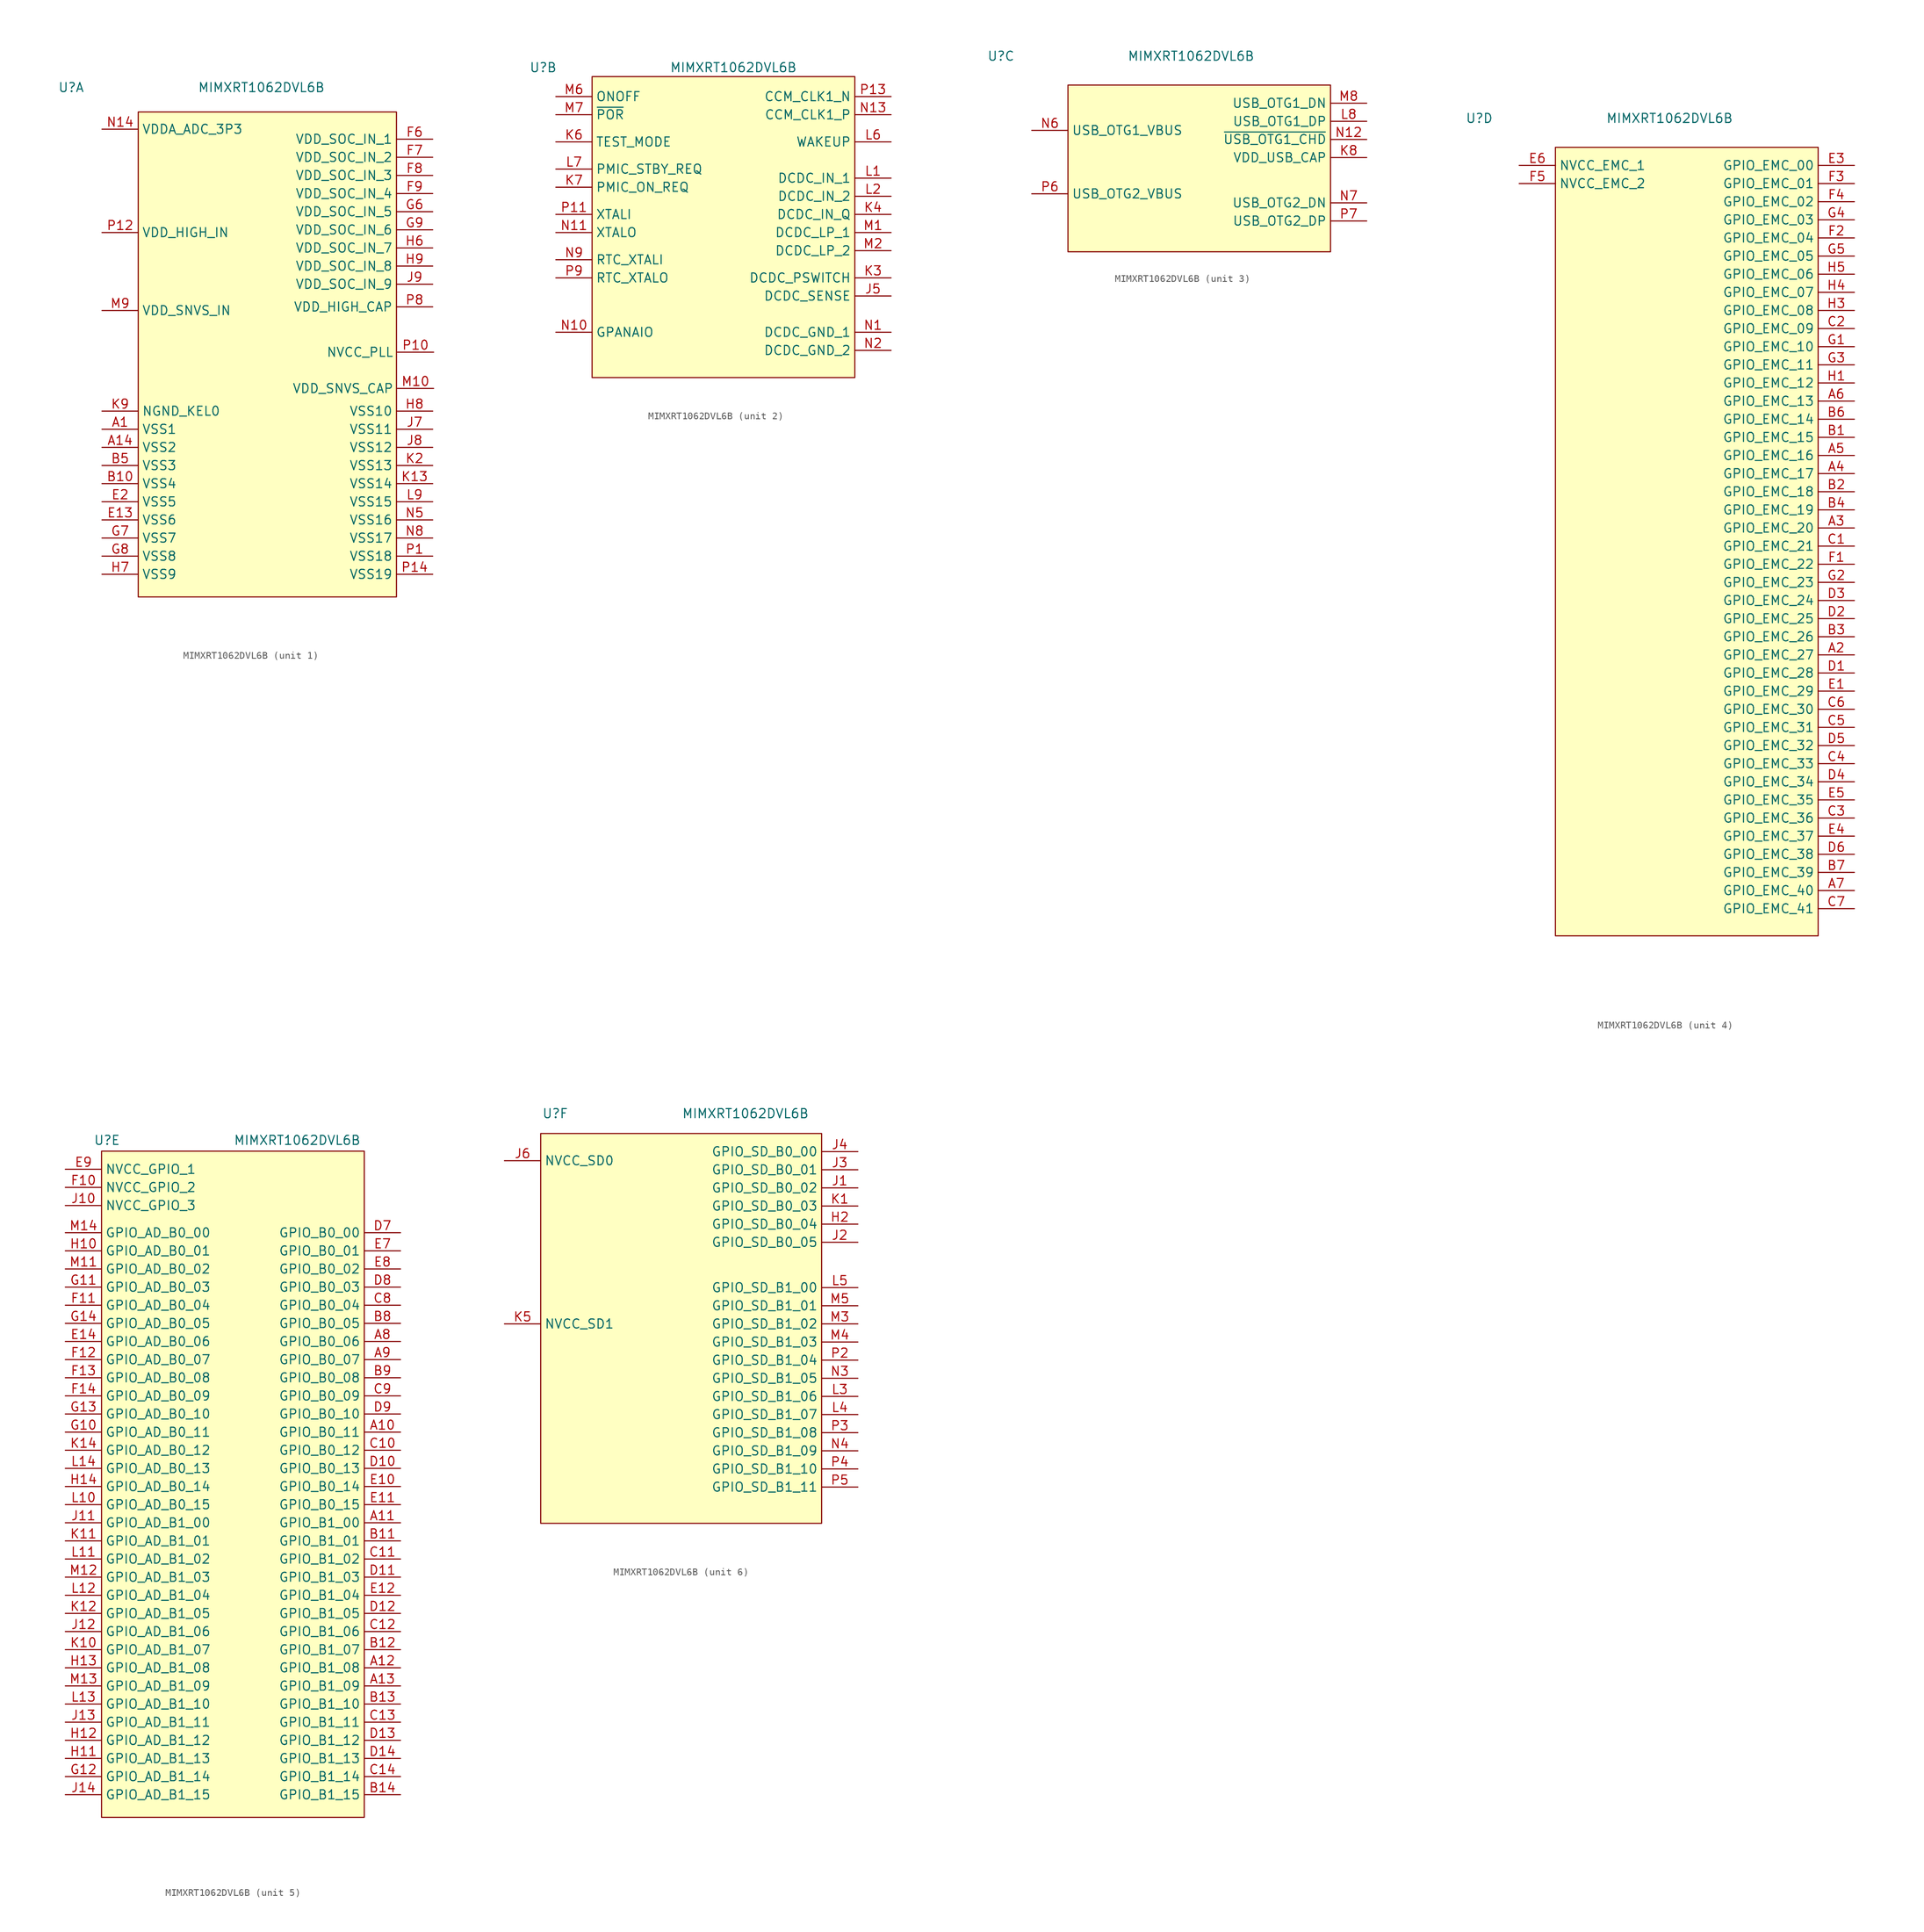
<source format=kicad_sym>
(kicad_symbol_lib
  (version 20241209)
  (generator "kicad_symbol_editor")
  (generator_version "9.0")
  (symbol "MIMXRT1062DVL6B"
    (property "Reference" "U"
      (at -9.398 1.524 0)
      (effects (font (size 1.27 1.27))))
    (property "Value" "MIMXRT1062DVL6B"
      (at 17.272 1.524 0)
      (effects (font (size 1.27 1.27))))
    (property "ki_locked" ""
      (at 0 0 0)
      (effects (font (size 1.27 1.27))))
    (symbol "MIMXRT1062DVL6B_1_1"
      (rectangle (start 0 -1.905) (end 36.195 -69.85) (stroke (width 0) (type solid)) (fill (type background)))
      (pin input line (at -5.08 -4.318 0) (length 5.08) (name "VDDA_ADC_3P3" (effects (font (size 1.27 1.27)))) (number "N14" (effects (font (size 1.27 1.27)))))
      (pin input line (at -5.08 -18.796 0) (length 5.08) (name "VDD_HIGH_IN" (effects (font (size 1.27 1.27)))) (number "P12" (effects (font (size 1.27 1.27)))))
      (pin input line (at -5.08 -29.718 0) (length 5.08) (name "VDD_SNVS_IN" (effects (font (size 1.27 1.27)))) (number "M9" (effects (font (size 1.27 1.27)))))
      (pin input line (at -5.08 -43.815 0) (length 5.08) (name "NGND_KEL0" (effects (font (size 1.27 1.27)))) (number "K9" (effects (font (size 1.27 1.27)))))
      (pin input line (at -5.08 -46.355 0) (length 5.08) (name "VSS1" (effects (font (size 1.27 1.27)))) (number "A1" (effects (font (size 1.27 1.27)))))
      (pin input line (at -5.08 -48.895 0) (length 5.08) (name "VSS2" (effects (font (size 1.27 1.27)))) (number "A14" (effects (font (size 1.27 1.27)))))
      (pin input line (at -5.08 -51.435 0) (length 5.08) (name "VSS3" (effects (font (size 1.27 1.27)))) (number "B5" (effects (font (size 1.27 1.27)))))
      (pin input line (at -5.08 -53.975 0) (length 5.08) (name "VSS4" (effects (font (size 1.27 1.27)))) (number "B10" (effects (font (size 1.27 1.27)))))
      (pin input line (at -5.08 -56.515 0) (length 5.08) (name "VSS5" (effects (font (size 1.27 1.27)))) (number "E2" (effects (font (size 1.27 1.27)))))
      (pin input line (at -5.08 -59.055 0) (length 5.08) (name "VSS6" (effects (font (size 1.27 1.27)))) (number "E13" (effects (font (size 1.27 1.27)))))
      (pin input line (at -5.08 -61.595 0) (length 5.08) (name "VSS7" (effects (font (size 1.27 1.27)))) (number "G7" (effects (font (size 1.27 1.27)))))
      (pin input line (at -5.08 -64.135 0) (length 5.08) (name "VSS8" (effects (font (size 1.27 1.27)))) (number "G8" (effects (font (size 1.27 1.27)))))
      (pin input line (at -5.08 -66.675 0) (length 5.08) (name "VSS9" (effects (font (size 1.27 1.27)))) (number "H7" (effects (font (size 1.27 1.27)))))
      (pin input line (at 41.275 -5.715 180) (length 5.08) (name "VDD_SOC_IN_1" (effects (font (size 1.27 1.27)))) (number "F6" (effects (font (size 1.27 1.27)))))
      (pin input line (at 41.275 -8.255 180) (length 5.08) (name "VDD_SOC_IN_2" (effects (font (size 1.27 1.27)))) (number "F7" (effects (font (size 1.27 1.27)))))
      (pin input line (at 41.275 -10.795 180) (length 5.08) (name "VDD_SOC_IN_3" (effects (font (size 1.27 1.27)))) (number "F8" (effects (font (size 1.27 1.27)))))
      (pin input line (at 41.275 -13.335 180) (length 5.08) (name "VDD_SOC_IN_4" (effects (font (size 1.27 1.27)))) (number "F9" (effects (font (size 1.27 1.27)))))
      (pin input line (at 41.275 -15.875 180) (length 5.08) (name "VDD_SOC_IN_5" (effects (font (size 1.27 1.27)))) (number "G6" (effects (font (size 1.27 1.27)))))
      (pin input line (at 41.275 -18.415 180) (length 5.08) (name "VDD_SOC_IN_6" (effects (font (size 1.27 1.27)))) (number "G9" (effects (font (size 1.27 1.27)))))
      (pin input line (at 41.275 -20.955 180) (length 5.08) (name "VDD_SOC_IN_7" (effects (font (size 1.27 1.27)))) (number "H6" (effects (font (size 1.27 1.27)))))
      (pin input line (at 41.275 -23.495 180) (length 5.08) (name "VDD_SOC_IN_8" (effects (font (size 1.27 1.27)))) (number "H9" (effects (font (size 1.27 1.27)))))
      (pin input line (at 41.275 -26.035 180) (length 5.08) (name "VDD_SOC_IN_9" (effects (font (size 1.27 1.27)))) (number "J9" (effects (font (size 1.27 1.27)))))
      (pin input line (at 41.275 -29.21 180) (length 5.08) (name "VDD_HIGH_CAP" (effects (font (size 1.27 1.27)))) (number "P8" (effects (font (size 1.27 1.27)))))
      (pin input line (at 41.275 -43.815 180) (length 5.08) (name "VSS10" (effects (font (size 1.27 1.27)))) (number "H8" (effects (font (size 1.27 1.27)))))
      (pin input line (at 41.275 -46.355 180) (length 5.08) (name "VSS11" (effects (font (size 1.27 1.27)))) (number "J7" (effects (font (size 1.27 1.27)))))
      (pin input line (at 41.275 -48.895 180) (length 5.08) (name "VSS12" (effects (font (size 1.27 1.27)))) (number "J8" (effects (font (size 1.27 1.27)))))
      (pin input line (at 41.275 -51.435 180) (length 5.08) (name "VSS13" (effects (font (size 1.27 1.27)))) (number "K2" (effects (font (size 1.27 1.27)))))
      (pin input line (at 41.275 -53.975 180) (length 5.08) (name "VSS14" (effects (font (size 1.27 1.27)))) (number "K13" (effects (font (size 1.27 1.27)))))
      (pin input line (at 41.275 -56.515 180) (length 5.08) (name "VSS15" (effects (font (size 1.27 1.27)))) (number "L9" (effects (font (size 1.27 1.27)))))
      (pin input line (at 41.275 -59.055 180) (length 5.08) (name "VSS16" (effects (font (size 1.27 1.27)))) (number "N5" (effects (font (size 1.27 1.27)))))
      (pin input line (at 41.275 -61.595 180) (length 5.08) (name "VSS17" (effects (font (size 1.27 1.27)))) (number "N8" (effects (font (size 1.27 1.27)))))
      (pin input line (at 41.275 -64.135 180) (length 5.08) (name "VSS18" (effects (font (size 1.27 1.27)))) (number "P1" (effects (font (size 1.27 1.27)))))
      (pin input line (at 41.275 -66.675 180) (length 5.08) (name "VSS19" (effects (font (size 1.27 1.27)))) (number "P14" (effects (font (size 1.27 1.27)))))
      (pin input line (at 41.402 -35.56 180) (length 5.08) (name "NVCC_PLL" (effects (font (size 1.27 1.27)))) (number "P10" (effects (font (size 1.27 1.27)))))
      (pin input line (at 41.402 -40.64 180) (length 5.08) (name "VDD_SNVS_CAP" (effects (font (size 1.27 1.27)))) (number "M10" (effects (font (size 1.27 1.27))))))
    (symbol "MIMXRT1062DVL6B_2_1"
      (rectangle (start -2.54 0.254) (end 34.29 -41.91) (stroke (width 0) (type solid)) (fill (type background)))
      (pin input line (at -7.62 -2.54 0) (length 5.08) (name "ONOFF" (effects (font (size 1.27 1.27)))) (number "M6" (effects (font (size 1.27 1.27)))))
      (pin input line (at -7.62 -5.08 0) (length 5.08) (name "~{POR}" (effects (font (size 1.27 1.27)))) (number "M7" (effects (font (size 1.27 1.27)))))
      (pin input line (at -7.62 -8.89 0) (length 5.08) (name "TEST_MODE" (effects (font (size 1.27 1.27)))) (number "K6" (effects (font (size 1.27 1.27)))))
      (pin input line (at -7.62 -12.7 0) (length 5.08) (name "PMIC_STBY_REQ" (effects (font (size 1.27 1.27)))) (number "L7" (effects (font (size 1.27 1.27)))))
      (pin input line (at -7.62 -15.24 0) (length 5.08) (name "PMIC_ON_REQ" (effects (font (size 1.27 1.27)))) (number "K7" (effects (font (size 1.27 1.27)))))
      (pin input line (at -7.62 -19.05 0) (length 5.08) (name "XTALI" (effects (font (size 1.27 1.27)))) (number "P11" (effects (font (size 1.27 1.27)))))
      (pin input line (at -7.62 -21.59 0) (length 5.08) (name "XTALO" (effects (font (size 1.27 1.27)))) (number "N11" (effects (font (size 1.27 1.27)))))
      (pin input line (at -7.62 -25.4 0) (length 5.08) (name "RTC_XTALI" (effects (font (size 1.27 1.27)))) (number "N9" (effects (font (size 1.27 1.27)))))
      (pin input line (at -7.62 -27.94 0) (length 5.08) (name "RTC_XTALO" (effects (font (size 1.27 1.27)))) (number "P9" (effects (font (size 1.27 1.27)))))
      (pin input line (at -7.62 -35.56 0) (length 5.08) (name "GPANAIO" (effects (font (size 1.27 1.27)))) (number "N10" (effects (font (size 1.27 1.27)))))
      (pin input line (at 39.37 -2.54 180) (length 5.08) (name "CCM_CLK1_N" (effects (font (size 1.27 1.27)))) (number "P13" (effects (font (size 1.27 1.27)))))
      (pin input line (at 39.37 -5.08 180) (length 5.08) (name "CCM_CLK1_P" (effects (font (size 1.27 1.27)))) (number "N13" (effects (font (size 1.27 1.27)))))
      (pin input line (at 39.37 -8.89 180) (length 5.08) (name "WAKEUP" (effects (font (size 1.27 1.27)))) (number "L6" (effects (font (size 1.27 1.27)))))
      (pin input line (at 39.37 -13.97 180) (length 5.08) (name "DCDC_IN_1" (effects (font (size 1.27 1.27)))) (number "L1" (effects (font (size 1.27 1.27)))))
      (pin input line (at 39.37 -16.51 180) (length 5.08) (name "DCDC_IN_2" (effects (font (size 1.27 1.27)))) (number "L2" (effects (font (size 1.27 1.27)))))
      (pin input line (at 39.37 -19.05 180) (length 5.08) (name "DCDC_IN_Q" (effects (font (size 1.27 1.27)))) (number "K4" (effects (font (size 1.27 1.27)))))
      (pin input line (at 39.37 -21.59 180) (length 5.08) (name "DCDC_LP_1" (effects (font (size 1.27 1.27)))) (number "M1" (effects (font (size 1.27 1.27)))))
      (pin input line (at 39.37 -24.13 180) (length 5.08) (name "DCDC_LP_2" (effects (font (size 1.27 1.27)))) (number "M2" (effects (font (size 1.27 1.27)))))
      (pin input line (at 39.37 -27.94 180) (length 5.08) (name "DCDC_PSWITCH" (effects (font (size 1.27 1.27)))) (number "K3" (effects (font (size 1.27 1.27)))))
      (pin input line (at 39.37 -30.48 180) (length 5.08) (name "DCDC_SENSE" (effects (font (size 1.27 1.27)))) (number "J5" (effects (font (size 1.27 1.27)))))
      (pin input line (at 39.37 -35.56 180) (length 5.08) (name "DCDC_GND_1" (effects (font (size 1.27 1.27)))) (number "N1" (effects (font (size 1.27 1.27)))))
      (pin input line (at 39.37 -38.1 180) (length 5.08) (name "DCDC_GND_2" (effects (font (size 1.27 1.27)))) (number "N2" (effects (font (size 1.27 1.27))))))
    (symbol "MIMXRT1062DVL6B_3_1"
      (rectangle (start 0 -2.54) (end 36.83 -25.908) (stroke (width 0) (type solid)) (fill (type background)))
      (pin input line (at -5.08 -8.89 0) (length 5.08) (name "USB_OTG1_VBUS" (effects (font (size 1.27 1.27)))) (number "N6" (effects (font (size 1.27 1.27)))))
      (pin input line (at -5.08 -17.78 0) (length 5.08) (name "USB_OTG2_VBUS" (effects (font (size 1.27 1.27)))) (number "P6" (effects (font (size 1.27 1.27)))))
      (pin input line (at 41.91 -5.08 180) (length 5.08) (name "USB_OTG1_DN" (effects (font (size 1.27 1.27)))) (number "M8" (effects (font (size 1.27 1.27)))))
      (pin input line (at 41.91 -7.62 180) (length 5.08) (name "USB_OTG1_DP" (effects (font (size 1.27 1.27)))) (number "L8" (effects (font (size 1.27 1.27)))))
      (pin input line (at 41.91 -10.16 180) (length 5.08) (name "~{USB_OTG1_CHD}" (effects (font (size 1.27 1.27)))) (number "N12" (effects (font (size 1.27 1.27)))))
      (pin input line (at 41.91 -12.7 180) (length 5.08) (name "VDD_USB_CAP" (effects (font (size 1.27 1.27)))) (number "K8" (effects (font (size 1.27 1.27)))))
      (pin input line (at 41.91 -19.05 180) (length 5.08) (name "USB_OTG2_DN" (effects (font (size 1.27 1.27)))) (number "N7" (effects (font (size 1.27 1.27)))))
      (pin input line (at 41.91 -21.59 180) (length 5.08) (name "USB_OTG2_DP" (effects (font (size 1.27 1.27)))) (number "P7" (effects (font (size 1.27 1.27))))))
    (symbol "MIMXRT1062DVL6B_4_1"
      (rectangle (start 1.27 -2.54) (end 38.1 -113.03) (stroke (width 0) (type solid)) (fill (type background)))
      (pin input line (at -3.81 -5.08 0) (length 5.08) (name "NVCC_EMC_1" (effects (font (size 1.27 1.27)))) (number "E6" (effects (font (size 1.27 1.27)))))
      (pin input line (at -3.81 -7.62 0) (length 5.08) (name "NVCC_EMC_2" (effects (font (size 1.27 1.27)))) (number "F5" (effects (font (size 1.27 1.27)))))
      (pin input line (at 43.18 -5.08 180) (length 5.08) (name "GPIO_EMC_00" (effects (font (size 1.27 1.27)))) (number "E3" (effects (font (size 1.27 1.27)))))
      (pin input line (at 43.18 -7.62 180) (length 5.08) (name "GPIO_EMC_01" (effects (font (size 1.27 1.27)))) (number "F3" (effects (font (size 1.27 1.27)))))
      (pin input line (at 43.18 -10.16 180) (length 5.08) (name "GPIO_EMC_02" (effects (font (size 1.27 1.27)))) (number "F4" (effects (font (size 1.27 1.27)))))
      (pin input line (at 43.18 -12.7 180) (length 5.08) (name "GPIO_EMC_03" (effects (font (size 1.27 1.27)))) (number "G4" (effects (font (size 1.27 1.27)))))
      (pin input line (at 43.18 -15.24 180) (length 5.08) (name "GPIO_EMC_04" (effects (font (size 1.27 1.27)))) (number "F2" (effects (font (size 1.27 1.27)))))
      (pin input line (at 43.18 -17.78 180) (length 5.08) (name "GPIO_EMC_05" (effects (font (size 1.27 1.27)))) (number "G5" (effects (font (size 1.27 1.27)))))
      (pin input line (at 43.18 -20.32 180) (length 5.08) (name "GPIO_EMC_06" (effects (font (size 1.27 1.27)))) (number "H5" (effects (font (size 1.27 1.27)))))
      (pin input line (at 43.18 -22.86 180) (length 5.08) (name "GPIO_EMC_07" (effects (font (size 1.27 1.27)))) (number "H4" (effects (font (size 1.27 1.27)))))
      (pin input line (at 43.18 -25.4 180) (length 5.08) (name "GPIO_EMC_08" (effects (font (size 1.27 1.27)))) (number "H3" (effects (font (size 1.27 1.27)))))
      (pin input line (at 43.18 -27.94 180) (length 5.08) (name "GPIO_EMC_09" (effects (font (size 1.27 1.27)))) (number "C2" (effects (font (size 1.27 1.27)))))
      (pin input line (at 43.18 -30.48 180) (length 5.08) (name "GPIO_EMC_10" (effects (font (size 1.27 1.27)))) (number "G1" (effects (font (size 1.27 1.27)))))
      (pin input line (at 43.18 -33.02 180) (length 5.08) (name "GPIO_EMC_11" (effects (font (size 1.27 1.27)))) (number "G3" (effects (font (size 1.27 1.27)))))
      (pin input line (at 43.18 -35.56 180) (length 5.08) (name "GPIO_EMC_12" (effects (font (size 1.27 1.27)))) (number "H1" (effects (font (size 1.27 1.27)))))
      (pin input line (at 43.18 -38.1 180) (length 5.08) (name "GPIO_EMC_13" (effects (font (size 1.27 1.27)))) (number "A6" (effects (font (size 1.27 1.27)))))
      (pin input line (at 43.18 -40.64 180) (length 5.08) (name "GPIO_EMC_14" (effects (font (size 1.27 1.27)))) (number "B6" (effects (font (size 1.27 1.27)))))
      (pin input line (at 43.18 -43.18 180) (length 5.08) (name "GPIO_EMC_15" (effects (font (size 1.27 1.27)))) (number "B1" (effects (font (size 1.27 1.27)))))
      (pin input line (at 43.18 -45.72 180) (length 5.08) (name "GPIO_EMC_16" (effects (font (size 1.27 1.27)))) (number "A5" (effects (font (size 1.27 1.27)))))
      (pin input line (at 43.18 -48.26 180) (length 5.08) (name "GPIO_EMC_17" (effects (font (size 1.27 1.27)))) (number "A4" (effects (font (size 1.27 1.27)))))
      (pin input line (at 43.18 -50.8 180) (length 5.08) (name "GPIO_EMC_18" (effects (font (size 1.27 1.27)))) (number "B2" (effects (font (size 1.27 1.27)))))
      (pin input line (at 43.18 -53.34 180) (length 5.08) (name "GPIO_EMC_19" (effects (font (size 1.27 1.27)))) (number "B4" (effects (font (size 1.27 1.27)))))
      (pin input line (at 43.18 -55.88 180) (length 5.08) (name "GPIO_EMC_20" (effects (font (size 1.27 1.27)))) (number "A3" (effects (font (size 1.27 1.27)))))
      (pin input line (at 43.18 -58.42 180) (length 5.08) (name "GPIO_EMC_21" (effects (font (size 1.27 1.27)))) (number "C1" (effects (font (size 1.27 1.27)))))
      (pin input line (at 43.18 -60.96 180) (length 5.08) (name "GPIO_EMC_22" (effects (font (size 1.27 1.27)))) (number "F1" (effects (font (size 1.27 1.27)))))
      (pin input line (at 43.18 -63.5 180) (length 5.08) (name "GPIO_EMC_23" (effects (font (size 1.27 1.27)))) (number "G2" (effects (font (size 1.27 1.27)))))
      (pin input line (at 43.18 -66.04 180) (length 5.08) (name "GPIO_EMC_24" (effects (font (size 1.27 1.27)))) (number "D3" (effects (font (size 1.27 1.27)))))
      (pin input line (at 43.18 -68.58 180) (length 5.08) (name "GPIO_EMC_25" (effects (font (size 1.27 1.27)))) (number "D2" (effects (font (size 1.27 1.27)))))
      (pin input line (at 43.18 -71.12 180) (length 5.08) (name "GPIO_EMC_26" (effects (font (size 1.27 1.27)))) (number "B3" (effects (font (size 1.27 1.27)))))
      (pin input line (at 43.18 -73.66 180) (length 5.08) (name "GPIO_EMC_27" (effects (font (size 1.27 1.27)))) (number "A2" (effects (font (size 1.27 1.27)))))
      (pin input line (at 43.18 -76.2 180) (length 5.08) (name "GPIO_EMC_28" (effects (font (size 1.27 1.27)))) (number "D1" (effects (font (size 1.27 1.27)))))
      (pin input line (at 43.18 -78.74 180) (length 5.08) (name "GPIO_EMC_29" (effects (font (size 1.27 1.27)))) (number "E1" (effects (font (size 1.27 1.27)))))
      (pin input line (at 43.18 -81.28 180) (length 5.08) (name "GPIO_EMC_30" (effects (font (size 1.27 1.27)))) (number "C6" (effects (font (size 1.27 1.27)))))
      (pin input line (at 43.18 -83.82 180) (length 5.08) (name "GPIO_EMC_31" (effects (font (size 1.27 1.27)))) (number "C5" (effects (font (size 1.27 1.27)))))
      (pin input line (at 43.18 -86.36 180) (length 5.08) (name "GPIO_EMC_32" (effects (font (size 1.27 1.27)))) (number "D5" (effects (font (size 1.27 1.27)))))
      (pin input line (at 43.18 -88.9 180) (length 5.08) (name "GPIO_EMC_33" (effects (font (size 1.27 1.27)))) (number "C4" (effects (font (size 1.27 1.27)))))
      (pin input line (at 43.18 -91.44 180) (length 5.08) (name "GPIO_EMC_34" (effects (font (size 1.27 1.27)))) (number "D4" (effects (font (size 1.27 1.27)))))
      (pin input line (at 43.18 -93.98 180) (length 5.08) (name "GPIO_EMC_35" (effects (font (size 1.27 1.27)))) (number "E5" (effects (font (size 1.27 1.27)))))
      (pin input line (at 43.18 -96.52 180) (length 5.08) (name "GPIO_EMC_36" (effects (font (size 1.27 1.27)))) (number "C3" (effects (font (size 1.27 1.27)))))
      (pin input line (at 43.18 -99.06 180) (length 5.08) (name "GPIO_EMC_37" (effects (font (size 1.27 1.27)))) (number "E4" (effects (font (size 1.27 1.27)))))
      (pin input line (at 43.18 -101.6 180) (length 5.08) (name "GPIO_EMC_38" (effects (font (size 1.27 1.27)))) (number "D6" (effects (font (size 1.27 1.27)))))
      (pin input line (at 43.18 -104.14 180) (length 5.08) (name "GPIO_EMC_39" (effects (font (size 1.27 1.27)))) (number "B7" (effects (font (size 1.27 1.27)))))
      (pin input line (at 43.18 -106.68 180) (length 5.08) (name "GPIO_EMC_40" (effects (font (size 1.27 1.27)))) (number "A7" (effects (font (size 1.27 1.27)))))
      (pin input line (at 43.18 -109.22 180) (length 5.08) (name "GPIO_EMC_41" (effects (font (size 1.27 1.27)))) (number "C7" (effects (font (size 1.27 1.27))))))
    (symbol "MIMXRT1062DVL6B_5_1"
      (rectangle (start -10.16 0) (end 26.67 -93.345) (stroke (width 0) (type solid)) (fill (type background)))
      (pin input line (at -15.24 -2.54 0) (length 5.08) (name "NVCC_GPIO_1" (effects (font (size 1.27 1.27)))) (number "E9" (effects (font (size 1.27 1.27)))))
      (pin input line (at -15.24 -5.08 0) (length 5.08) (name "NVCC_GPIO_2" (effects (font (size 1.27 1.27)))) (number "F10" (effects (font (size 1.27 1.27)))))
      (pin input line (at -15.24 -7.62 0) (length 5.08) (name "NVCC_GPIO_3" (effects (font (size 1.27 1.27)))) (number "J10" (effects (font (size 1.27 1.27)))))
      (pin input line (at -15.24 -11.43 0) (length 5.08) (name "GPIO_AD_B0_00" (effects (font (size 1.27 1.27)))) (number "M14" (effects (font (size 1.27 1.27)))))
      (pin input line (at -15.24 -13.97 0) (length 5.08) (name "GPIO_AD_B0_01" (effects (font (size 1.27 1.27)))) (number "H10" (effects (font (size 1.27 1.27)))))
      (pin input line (at -15.24 -16.51 0) (length 5.08) (name "GPIO_AD_B0_02" (effects (font (size 1.27 1.27)))) (number "M11" (effects (font (size 1.27 1.27)))))
      (pin input line (at -15.24 -19.05 0) (length 5.08) (name "GPIO_AD_B0_03" (effects (font (size 1.27 1.27)))) (number "G11" (effects (font (size 1.27 1.27)))))
      (pin input line (at -15.24 -21.59 0) (length 5.08) (name "GPIO_AD_B0_04" (effects (font (size 1.27 1.27)))) (number "F11" (effects (font (size 1.27 1.27)))))
      (pin input line (at -15.24 -24.13 0) (length 5.08) (name "GPIO_AD_B0_05" (effects (font (size 1.27 1.27)))) (number "G14" (effects (font (size 1.27 1.27)))))
      (pin input line (at -15.24 -26.67 0) (length 5.08) (name "GPIO_AD_B0_06" (effects (font (size 1.27 1.27)))) (number "E14" (effects (font (size 1.27 1.27)))))
      (pin input line (at -15.24 -29.21 0) (length 5.08) (name "GPIO_AD_B0_07" (effects (font (size 1.27 1.27)))) (number "F12" (effects (font (size 1.27 1.27)))))
      (pin input line (at -15.24 -31.75 0) (length 5.08) (name "GPIO_AD_B0_08" (effects (font (size 1.27 1.27)))) (number "F13" (effects (font (size 1.27 1.27)))))
      (pin input line (at -15.24 -34.29 0) (length 5.08) (name "GPIO_AD_B0_09" (effects (font (size 1.27 1.27)))) (number "F14" (effects (font (size 1.27 1.27)))))
      (pin input line (at -15.24 -36.83 0) (length 5.08) (name "GPIO_AD_B0_10" (effects (font (size 1.27 1.27)))) (number "G13" (effects (font (size 1.27 1.27)))))
      (pin input line (at -15.24 -39.37 0) (length 5.08) (name "GPIO_AD_B0_11" (effects (font (size 1.27 1.27)))) (number "G10" (effects (font (size 1.27 1.27)))))
      (pin input line (at -15.24 -41.91 0) (length 5.08) (name "GPIO_AD_B0_12" (effects (font (size 1.27 1.27)))) (number "K14" (effects (font (size 1.27 1.27)))))
      (pin input line (at -15.24 -44.45 0) (length 5.08) (name "GPIO_AD_B0_13" (effects (font (size 1.27 1.27)))) (number "L14" (effects (font (size 1.27 1.27)))))
      (pin input line (at -15.24 -46.99 0) (length 5.08) (name "GPIO_AD_B0_14" (effects (font (size 1.27 1.27)))) (number "H14" (effects (font (size 1.27 1.27)))))
      (pin input line (at -15.24 -49.53 0) (length 5.08) (name "GPIO_AD_B0_15" (effects (font (size 1.27 1.27)))) (number "L10" (effects (font (size 1.27 1.27)))))
      (pin input line (at -15.24 -52.07 0) (length 5.08) (name "GPIO_AD_B1_00" (effects (font (size 1.27 1.27)))) (number "J11" (effects (font (size 1.27 1.27)))))
      (pin input line (at -15.24 -54.61 0) (length 5.08) (name "GPIO_AD_B1_01" (effects (font (size 1.27 1.27)))) (number "K11" (effects (font (size 1.27 1.27)))))
      (pin input line (at -15.24 -57.15 0) (length 5.08) (name "GPIO_AD_B1_02" (effects (font (size 1.27 1.27)))) (number "L11" (effects (font (size 1.27 1.27)))))
      (pin input line (at -15.24 -59.69 0) (length 5.08) (name "GPIO_AD_B1_03" (effects (font (size 1.27 1.27)))) (number "M12" (effects (font (size 1.27 1.27)))))
      (pin input line (at -15.24 -62.23 0) (length 5.08) (name "GPIO_AD_B1_04" (effects (font (size 1.27 1.27)))) (number "L12" (effects (font (size 1.27 1.27)))))
      (pin input line (at -15.24 -64.77 0) (length 5.08) (name "GPIO_AD_B1_05" (effects (font (size 1.27 1.27)))) (number "K12" (effects (font (size 1.27 1.27)))))
      (pin input line (at -15.24 -67.31 0) (length 5.08) (name "GPIO_AD_B1_06" (effects (font (size 1.27 1.27)))) (number "J12" (effects (font (size 1.27 1.27)))))
      (pin input line (at -15.24 -69.85 0) (length 5.08) (name "GPIO_AD_B1_07" (effects (font (size 1.27 1.27)))) (number "K10" (effects (font (size 1.27 1.27)))))
      (pin input line (at -15.24 -72.39 0) (length 5.08) (name "GPIO_AD_B1_08" (effects (font (size 1.27 1.27)))) (number "H13" (effects (font (size 1.27 1.27)))))
      (pin input line (at -15.24 -74.93 0) (length 5.08) (name "GPIO_AD_B1_09" (effects (font (size 1.27 1.27)))) (number "M13" (effects (font (size 1.27 1.27)))))
      (pin input line (at -15.24 -77.47 0) (length 5.08) (name "GPIO_AD_B1_10" (effects (font (size 1.27 1.27)))) (number "L13" (effects (font (size 1.27 1.27)))))
      (pin input line (at -15.24 -80.01 0) (length 5.08) (name "GPIO_AD_B1_11" (effects (font (size 1.27 1.27)))) (number "J13" (effects (font (size 1.27 1.27)))))
      (pin input line (at -15.24 -82.55 0) (length 5.08) (name "GPIO_AD_B1_12" (effects (font (size 1.27 1.27)))) (number "H12" (effects (font (size 1.27 1.27)))))
      (pin input line (at -15.24 -85.09 0) (length 5.08) (name "GPIO_AD_B1_13" (effects (font (size 1.27 1.27)))) (number "H11" (effects (font (size 1.27 1.27)))))
      (pin input line (at -15.24 -87.63 0) (length 5.08) (name "GPIO_AD_B1_14" (effects (font (size 1.27 1.27)))) (number "G12" (effects (font (size 1.27 1.27)))))
      (pin input line (at -15.24 -90.17 0) (length 5.08) (name "GPIO_AD_B1_15" (effects (font (size 1.27 1.27)))) (number "J14" (effects (font (size 1.27 1.27)))))
      (pin input line (at 31.75 -11.43 180) (length 5.08) (name "GPIO_B0_00" (effects (font (size 1.27 1.27)))) (number "D7" (effects (font (size 1.27 1.27)))))
      (pin input line (at 31.75 -13.97 180) (length 5.08) (name "GPIO_B0_01" (effects (font (size 1.27 1.27)))) (number "E7" (effects (font (size 1.27 1.27)))))
      (pin input line (at 31.75 -16.51 180) (length 5.08) (name "GPIO_B0_02" (effects (font (size 1.27 1.27)))) (number "E8" (effects (font (size 1.27 1.27)))))
      (pin input line (at 31.75 -19.05 180) (length 5.08) (name "GPIO_B0_03" (effects (font (size 1.27 1.27)))) (number "D8" (effects (font (size 1.27 1.27)))))
      (pin input line (at 31.75 -21.59 180) (length 5.08) (name "GPIO_B0_04" (effects (font (size 1.27 1.27)))) (number "C8" (effects (font (size 1.27 1.27)))))
      (pin input line (at 31.75 -24.13 180) (length 5.08) (name "GPIO_B0_05" (effects (font (size 1.27 1.27)))) (number "B8" (effects (font (size 1.27 1.27)))))
      (pin input line (at 31.75 -26.67 180) (length 5.08) (name "GPIO_B0_06" (effects (font (size 1.27 1.27)))) (number "A8" (effects (font (size 1.27 1.27)))))
      (pin input line (at 31.75 -29.21 180) (length 5.08) (name "GPIO_B0_07" (effects (font (size 1.27 1.27)))) (number "A9" (effects (font (size 1.27 1.27)))))
      (pin input line (at 31.75 -31.75 180) (length 5.08) (name "GPIO_B0_08" (effects (font (size 1.27 1.27)))) (number "B9" (effects (font (size 1.27 1.27)))))
      (pin input line (at 31.75 -34.29 180) (length 5.08) (name "GPIO_B0_09" (effects (font (size 1.27 1.27)))) (number "C9" (effects (font (size 1.27 1.27)))))
      (pin input line (at 31.75 -36.83 180) (length 5.08) (name "GPIO_B0_10" (effects (font (size 1.27 1.27)))) (number "D9" (effects (font (size 1.27 1.27)))))
      (pin input line (at 31.75 -39.37 180) (length 5.08) (name "GPIO_B0_11" (effects (font (size 1.27 1.27)))) (number "A10" (effects (font (size 1.27 1.27)))))
      (pin input line (at 31.75 -41.91 180) (length 5.08) (name "GPIO_B0_12" (effects (font (size 1.27 1.27)))) (number "C10" (effects (font (size 1.27 1.27)))))
      (pin input line (at 31.75 -44.45 180) (length 5.08) (name "GPIO_B0_13" (effects (font (size 1.27 1.27)))) (number "D10" (effects (font (size 1.27 1.27)))))
      (pin input line (at 31.75 -46.99 180) (length 5.08) (name "GPIO_B0_14" (effects (font (size 1.27 1.27)))) (number "E10" (effects (font (size 1.27 1.27)))))
      (pin input line (at 31.75 -49.53 180) (length 5.08) (name "GPIO_B0_15" (effects (font (size 1.27 1.27)))) (number "E11" (effects (font (size 1.27 1.27)))))
      (pin input line (at 31.75 -52.07 180) (length 5.08) (name "GPIO_B1_00" (effects (font (size 1.27 1.27)))) (number "A11" (effects (font (size 1.27 1.27)))))
      (pin input line (at 31.75 -54.61 180) (length 5.08) (name "GPIO_B1_01" (effects (font (size 1.27 1.27)))) (number "B11" (effects (font (size 1.27 1.27)))))
      (pin input line (at 31.75 -57.15 180) (length 5.08) (name "GPIO_B1_02" (effects (font (size 1.27 1.27)))) (number "C11" (effects (font (size 1.27 1.27)))))
      (pin input line (at 31.75 -59.69 180) (length 5.08) (name "GPIO_B1_03" (effects (font (size 1.27 1.27)))) (number "D11" (effects (font (size 1.27 1.27)))))
      (pin input line (at 31.75 -62.23 180) (length 5.08) (name "GPIO_B1_04" (effects (font (size 1.27 1.27)))) (number "E12" (effects (font (size 1.27 1.27)))))
      (pin input line (at 31.75 -64.77 180) (length 5.08) (name "GPIO_B1_05" (effects (font (size 1.27 1.27)))) (number "D12" (effects (font (size 1.27 1.27)))))
      (pin input line (at 31.75 -67.31 180) (length 5.08) (name "GPIO_B1_06" (effects (font (size 1.27 1.27)))) (number "C12" (effects (font (size 1.27 1.27)))))
      (pin input line (at 31.75 -69.85 180) (length 5.08) (name "GPIO_B1_07" (effects (font (size 1.27 1.27)))) (number "B12" (effects (font (size 1.27 1.27)))))
      (pin input line (at 31.75 -72.39 180) (length 5.08) (name "GPIO_B1_08" (effects (font (size 1.27 1.27)))) (number "A12" (effects (font (size 1.27 1.27)))))
      (pin input line (at 31.75 -74.93 180) (length 5.08) (name "GPIO_B1_09" (effects (font (size 1.27 1.27)))) (number "A13" (effects (font (size 1.27 1.27)))))
      (pin input line (at 31.75 -77.47 180) (length 5.08) (name "GPIO_B1_10" (effects (font (size 1.27 1.27)))) (number "B13" (effects (font (size 1.27 1.27)))))
      (pin input line (at 31.75 -80.01 180) (length 5.08) (name "GPIO_B1_11" (effects (font (size 1.27 1.27)))) (number "C13" (effects (font (size 1.27 1.27)))))
      (pin input line (at 31.75 -82.55 180) (length 5.08) (name "GPIO_B1_12" (effects (font (size 1.27 1.27)))) (number "D13" (effects (font (size 1.27 1.27)))))
      (pin input line (at 31.75 -85.09 180) (length 5.08) (name "GPIO_B1_13" (effects (font (size 1.27 1.27)))) (number "D14" (effects (font (size 1.27 1.27)))))
      (pin input line (at 31.75 -87.63 180) (length 5.08) (name "GPIO_B1_14" (effects (font (size 1.27 1.27)))) (number "C14" (effects (font (size 1.27 1.27)))))
      (pin input line (at 31.75 -90.17 180) (length 5.08) (name "GPIO_B1_15" (effects (font (size 1.27 1.27)))) (number "B14" (effects (font (size 1.27 1.27))))))
    (symbol "MIMXRT1062DVL6B_6_1"
      (rectangle (start -11.43 -1.27) (end 27.94 -55.88) (stroke (width 0) (type solid)) (fill (type background)))
      (pin input line (at -16.51 -5.08 0) (length 5.08) (name "NVCC_SD0" (effects (font (size 1.27 1.27)))) (number "J6" (effects (font (size 1.27 1.27)))))
      (pin input line (at -16.51 -27.94 0) (length 5.08) (name "NVCC_SD1" (effects (font (size 1.27 1.27)))) (number "K5" (effects (font (size 1.27 1.27)))))
      (pin input line (at 33.02 -3.81 180) (length 5.08) (name "GPIO_SD_B0_00" (effects (font (size 1.27 1.27)))) (number "J4" (effects (font (size 1.27 1.27)))))
      (pin input line (at 33.02 -6.35 180) (length 5.08) (name "GPIO_SD_B0_01" (effects (font (size 1.27 1.27)))) (number "J3" (effects (font (size 1.27 1.27)))))
      (pin input line (at 33.02 -8.89 180) (length 5.08) (name "GPIO_SD_B0_02" (effects (font (size 1.27 1.27)))) (number "J1" (effects (font (size 1.27 1.27)))))
      (pin input line (at 33.02 -11.43 180) (length 5.08) (name "GPIO_SD_B0_03" (effects (font (size 1.27 1.27)))) (number "K1" (effects (font (size 1.27 1.27)))))
      (pin input line (at 33.02 -13.97 180) (length 5.08) (name "GPIO_SD_B0_04" (effects (font (size 1.27 1.27)))) (number "H2" (effects (font (size 1.27 1.27)))))
      (pin input line (at 33.02 -16.51 180) (length 5.08) (name "GPIO_SD_B0_05" (effects (font (size 1.27 1.27)))) (number "J2" (effects (font (size 1.27 1.27)))))
      (pin input line (at 33.02 -22.86 180) (length 5.08) (name "GPIO_SD_B1_00" (effects (font (size 1.27 1.27)))) (number "L5" (effects (font (size 1.27 1.27)))))
      (pin input line (at 33.02 -25.4 180) (length 5.08) (name "GPIO_SD_B1_01" (effects (font (size 1.27 1.27)))) (number "M5" (effects (font (size 1.27 1.27)))))
      (pin input line (at 33.02 -27.94 180) (length 5.08) (name "GPIO_SD_B1_02" (effects (font (size 1.27 1.27)))) (number "M3" (effects (font (size 1.27 1.27)))))
      (pin input line (at 33.02 -30.48 180) (length 5.08) (name "GPIO_SD_B1_03" (effects (font (size 1.27 1.27)))) (number "M4" (effects (font (size 1.27 1.27)))))
      (pin input line (at 33.02 -33.02 180) (length 5.08) (name "GPIO_SD_B1_04" (effects (font (size 1.27 1.27)))) (number "P2" (effects (font (size 1.27 1.27)))))
      (pin input line (at 33.02 -35.56 180) (length 5.08) (name "GPIO_SD_B1_05" (effects (font (size 1.27 1.27)))) (number "N3" (effects (font (size 1.27 1.27)))))
      (pin input line (at 33.02 -38.1 180) (length 5.08) (name "GPIO_SD_B1_06" (effects (font (size 1.27 1.27)))) (number "L3" (effects (font (size 1.27 1.27)))))
      (pin input line (at 33.02 -40.64 180) (length 5.08) (name "GPIO_SD_B1_07" (effects (font (size 1.27 1.27)))) (number "L4" (effects (font (size 1.27 1.27)))))
      (pin input line (at 33.02 -43.18 180) (length 5.08) (name "GPIO_SD_B1_08" (effects (font (size 1.27 1.27)))) (number "P3" (effects (font (size 1.27 1.27)))))
      (pin input line (at 33.02 -45.72 180) (length 5.08) (name "GPIO_SD_B1_09" (effects (font (size 1.27 1.27)))) (number "N4" (effects (font (size 1.27 1.27)))))
      (pin input line (at 33.02 -48.26 180) (length 5.08) (name "GPIO_SD_B1_10" (effects (font (size 1.27 1.27)))) (number "P4" (effects (font (size 1.27 1.27)))))
      (pin input line (at 33.02 -50.8 180) (length 5.08) (name "GPIO_SD_B1_11" (effects (font (size 1.27 1.27)))) (number "P5" (effects (font (size 1.27 1.27))))))))
</source>
